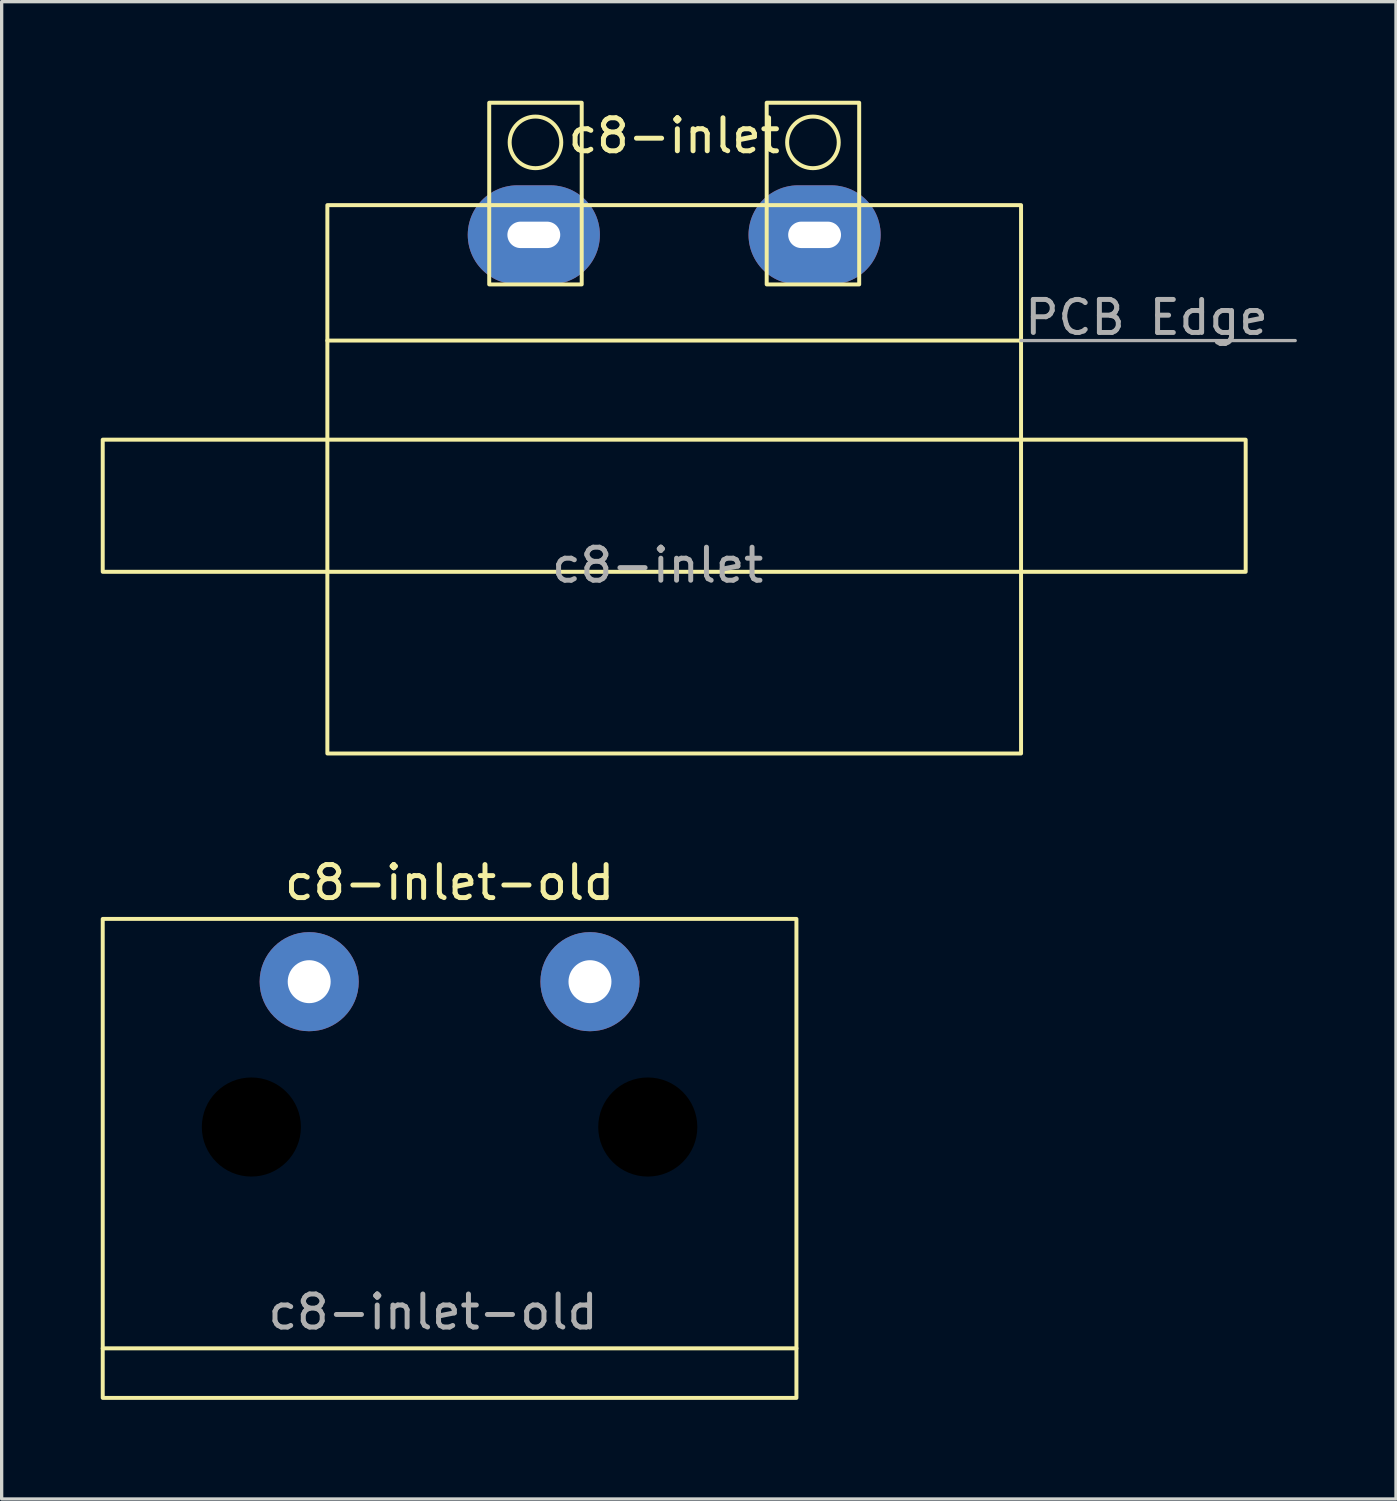
<source format=kicad_pcb>
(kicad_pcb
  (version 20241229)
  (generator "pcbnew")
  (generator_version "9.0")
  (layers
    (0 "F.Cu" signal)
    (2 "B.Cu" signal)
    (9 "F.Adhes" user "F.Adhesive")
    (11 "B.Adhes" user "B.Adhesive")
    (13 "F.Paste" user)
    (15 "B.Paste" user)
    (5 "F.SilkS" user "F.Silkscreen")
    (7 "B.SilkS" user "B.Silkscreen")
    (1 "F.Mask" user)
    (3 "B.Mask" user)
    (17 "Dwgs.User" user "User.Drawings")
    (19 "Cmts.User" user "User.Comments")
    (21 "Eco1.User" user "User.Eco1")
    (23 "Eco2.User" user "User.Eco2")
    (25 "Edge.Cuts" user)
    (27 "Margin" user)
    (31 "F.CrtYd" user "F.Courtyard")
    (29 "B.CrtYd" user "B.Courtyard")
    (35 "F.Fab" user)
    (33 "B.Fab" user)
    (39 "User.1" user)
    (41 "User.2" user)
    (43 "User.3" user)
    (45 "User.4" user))
  (footprint "c8-inlet-old"
    (layer "F.Cu")
    (at 10.56 26.668)
    (property "Reference" "c8-inlet-old" (at 0 -3 0) (unlocked yes) (layer "F.SilkS") (effects (font (size 1 1) (thickness 0.15))))
    (attr through_hole)
    (fp_line (start -10.5 11.1) (end 10.5 11.1) (stroke (width 0.12) (type solid)) (layer "F.SilkS"))
    (fp_rect (start -10.5 -1.9) (end 10.5 12.6) (stroke (width 0.12) (type solid)) (fill no) (layer "F.SilkS"))
    (fp_text user "${REFERENCE}" (at -0.5 10 0) (unlocked yes) (layer "F.Fab") (effects (font (size 1 1) (thickness 0.15))))
    (pad "" np_thru_hole circle (at -6 4.4) (size 3 3) (drill 3) (layers "*.Mask"))
    (pad "" np_thru_hole circle (at 6 4.4) (size 3 3) (drill 3) (layers "*.Mask"))
    (pad "1" thru_hole circle (at -4.25 0) (size 3 3) (drill 1.3) (layers "*.Cu" "*.Mask"))
    (pad "2" thru_hole circle (at 4.25 0) (size 3 3) (drill 1.3) (layers "*.Cu" "*.Mask")))
  (footprint "c8-inlet"
    (layer "F.Cu")
    (at 17.36 4.06)
    (property "Reference" "c8-inlet" (at 0 -3 0) (unlocked yes) (layer "F.SilkS") (effects (font (size 1 1) (thickness 0.15))))
    (attr through_hole)
    (fp_line (start -10.5 3.2) (end 10.5 3.2) (stroke (width 0.12) (type solid)) (layer "F.SilkS"))
    (fp_rect (start -17.3 6.2) (end 17.3 10.2) (stroke (width 0.12) (type solid)) (fill no) (layer "F.SilkS"))
    (fp_rect (start -10.5 -0.9) (end 10.5 15.7) (stroke (width 0.12) (type solid)) (fill no) (layer "F.SilkS"))
    (fp_rect (start -5.6 -4) (end -2.8 1.5) (stroke (width 0.12) (type solid)) (fill no) (layer "F.SilkS"))
    (fp_rect (start 2.8 -4) (end 5.6 1.5) (stroke (width 0.12) (type solid)) (fill no) (layer "F.SilkS"))
    (fp_circle (center -4.2 -2.8) (end -3.6 -3.3) (stroke (width 0.12) (type solid)) (fill no) (layer "F.SilkS"))
    (fp_circle (center 4.2 -2.8) (end 4.8 -3.3) (stroke (width 0.12) (type solid)) (fill no) (layer "F.SilkS"))
    (fp_line (start 10.5 3.2) (end 18.8 3.2) (stroke (width 0.1) (type solid)) (layer "F.Fab"))
    (fp_text user "${REFERENCE}" (at -0.5 10 0) (unlocked yes) (layer "F.Fab") (effects (font (size 1 1) (thickness 0.15))))
    (fp_text user "PCB Edge" (at 14.3 2.5 0) (unlocked yes) (layer "F.Fab") (effects (font (size 1 1) (thickness 0.15))))
    (pad "1" thru_hole oval (at -4.25 0) (size 4 3) (drill oval 1.6 0.8) (layers "*.Cu" "*.Mask"))
    (pad "2" thru_hole oval (at 4.25 0) (size 4 3) (drill oval 1.6 0.8) (layers "*.Cu" "*.Mask")))
  (gr_rect
    (start -3 -3)
    (end 39.21 42.328)
    (stroke (width 0.1) (type default))
    (fill no)
    (layer "Edge.Cuts")))
</source>
